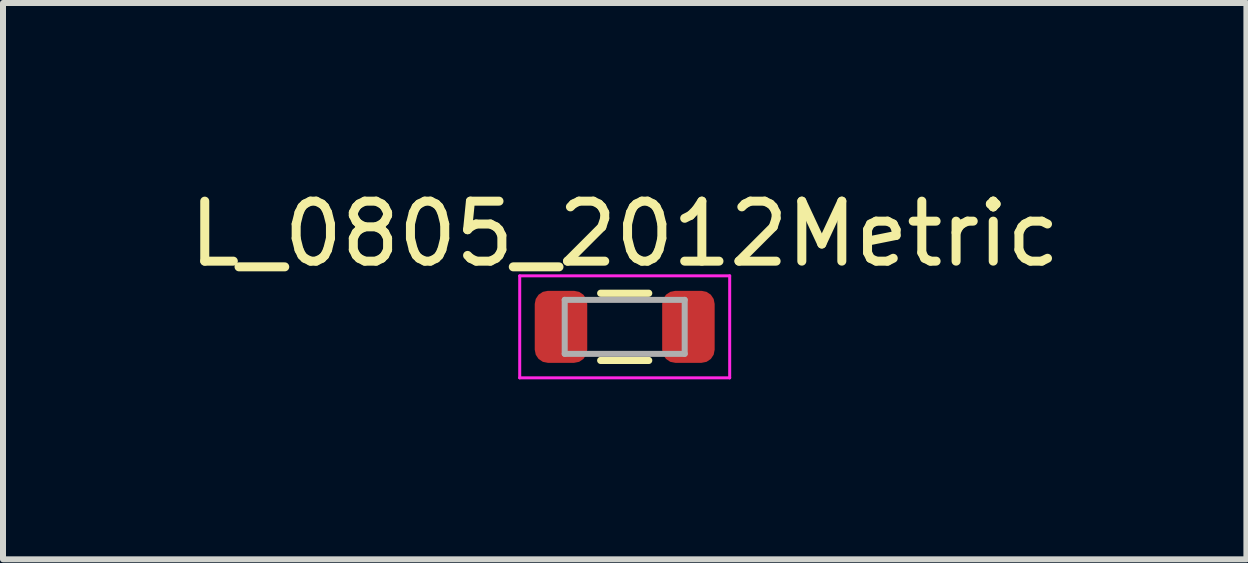
<source format=kicad_pcb>
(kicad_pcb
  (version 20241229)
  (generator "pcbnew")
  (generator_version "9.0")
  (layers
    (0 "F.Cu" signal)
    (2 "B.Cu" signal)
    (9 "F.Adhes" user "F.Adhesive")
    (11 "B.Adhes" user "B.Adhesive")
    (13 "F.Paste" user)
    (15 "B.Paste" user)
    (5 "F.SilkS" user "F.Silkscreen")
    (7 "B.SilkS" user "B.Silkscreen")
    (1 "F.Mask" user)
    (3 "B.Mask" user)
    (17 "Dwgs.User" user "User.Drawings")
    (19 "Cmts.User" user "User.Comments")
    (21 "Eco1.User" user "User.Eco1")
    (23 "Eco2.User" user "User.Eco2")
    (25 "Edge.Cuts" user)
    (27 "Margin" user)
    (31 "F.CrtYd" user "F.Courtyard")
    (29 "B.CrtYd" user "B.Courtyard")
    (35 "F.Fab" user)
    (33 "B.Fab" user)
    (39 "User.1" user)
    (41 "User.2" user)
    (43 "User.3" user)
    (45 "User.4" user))
  (footprint "L_0805_2012Metric"
    (layer "F.Cu")
    (at 7.363 2.398)
    (property "Reference" "L_0805_2012Metric" (at 0 -1.55 0) (layer "F.SilkS") (effects (font (size 1 1) (thickness 0.15))))
    (attr smd)
    (fp_line (start -0.4 -0.56) (end 0.4 -0.56) (stroke (width 0.12) (type solid)) (layer "F.SilkS"))
    (fp_line (start -0.4 0.56) (end 0.4 0.56) (stroke (width 0.12) (type solid)) (layer "F.SilkS"))
    (fp_line (start -1.75 -0.85) (end 1.75 -0.85) (stroke (width 0.05) (type solid)) (layer "F.CrtYd"))
    (fp_line (start -1.75 0.85) (end -1.75 -0.85) (stroke (width 0.05) (type solid)) (layer "F.CrtYd"))
    (fp_line (start 1.75 -0.85) (end 1.75 0.85) (stroke (width 0.05) (type solid)) (layer "F.CrtYd"))
    (fp_line (start 1.75 0.85) (end -1.75 0.85) (stroke (width 0.05) (type solid)) (layer "F.CrtYd"))
    (fp_line (start -1 -0.45) (end 1 -0.45) (stroke (width 0.1) (type solid)) (layer "F.Fab"))
    (fp_line (start -1 0.45) (end -1 -0.45) (stroke (width 0.1) (type solid)) (layer "F.Fab"))
    (fp_line (start 1 -0.45) (end 1 0.45) (stroke (width 0.1) (type solid)) (layer "F.Fab"))
    (fp_line (start 1 0.45) (end -1 0.45) (stroke (width 0.1) (type solid)) (layer "F.Fab"))
    (pad "1" smd roundrect (at -1.062 0) (size 0.875 1.2) (layers "F.Cu" "F.Mask" "F.Paste") (roundrect_rratio 0.25))
    (pad "2" smd roundrect (at 1.062 0) (size 0.875 1.2) (layers "F.Cu" "F.Mask" "F.Paste") (roundrect_rratio 0.25)))
  (gr_rect
    (start -3 -3)
    (end 17.726 6.273)
    (stroke (width 0.1) (type default))
    (fill no)
    (layer "Edge.Cuts")))
</source>
